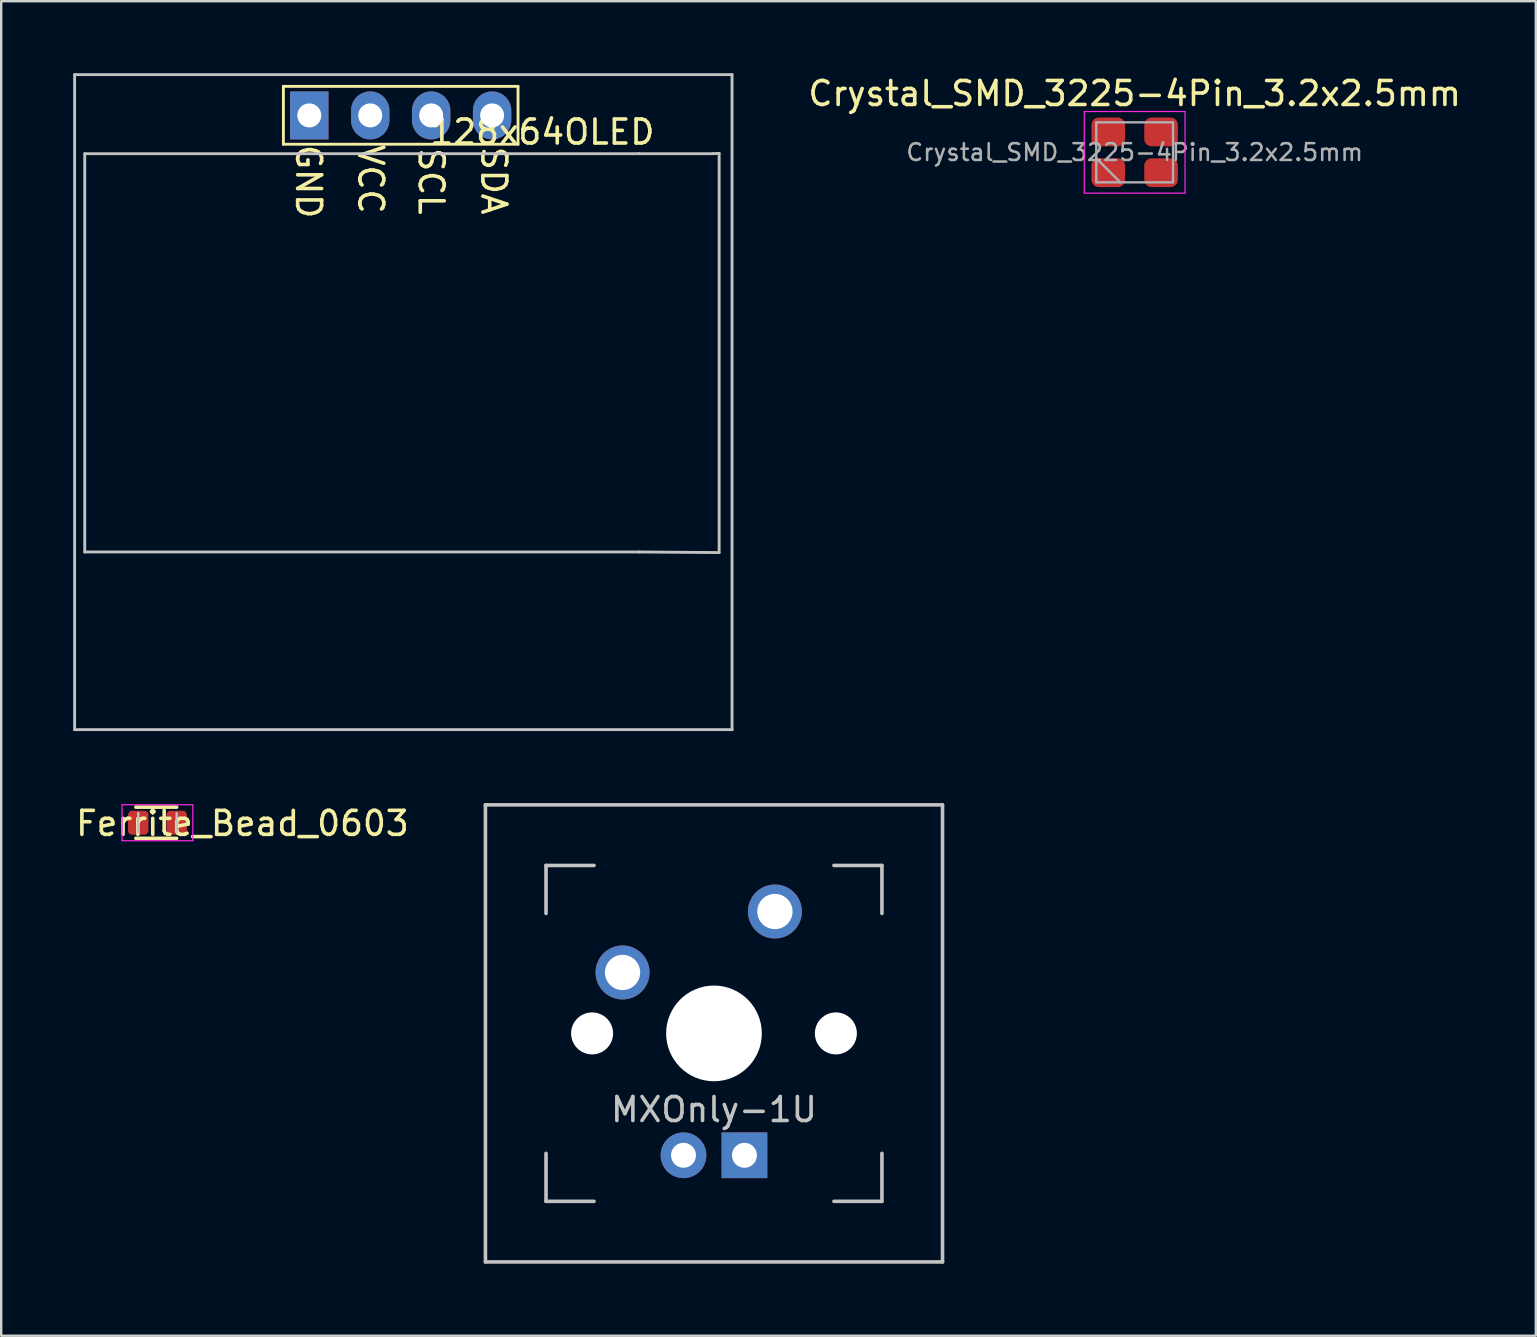
<source format=kicad_pcb>
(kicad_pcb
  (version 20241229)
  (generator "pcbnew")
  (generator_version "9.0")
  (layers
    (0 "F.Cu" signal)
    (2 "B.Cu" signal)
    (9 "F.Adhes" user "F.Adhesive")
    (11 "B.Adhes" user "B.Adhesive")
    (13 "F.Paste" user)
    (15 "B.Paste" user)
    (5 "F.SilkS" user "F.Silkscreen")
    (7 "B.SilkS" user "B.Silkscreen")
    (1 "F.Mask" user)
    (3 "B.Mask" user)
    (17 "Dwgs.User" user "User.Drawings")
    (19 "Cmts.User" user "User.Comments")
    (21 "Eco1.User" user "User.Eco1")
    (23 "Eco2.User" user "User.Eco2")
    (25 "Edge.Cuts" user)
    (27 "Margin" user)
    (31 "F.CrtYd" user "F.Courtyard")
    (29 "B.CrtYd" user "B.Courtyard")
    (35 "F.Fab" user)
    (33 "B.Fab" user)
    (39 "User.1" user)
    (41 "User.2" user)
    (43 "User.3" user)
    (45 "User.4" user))
  (footprint "MXOnly-1U"
    (layer "F.Cu")
    (at 26.707 40.02)
    (property "Reference" "MXOnly-1U" (at 0 3.175 0) (layer "Dwgs.User") (effects (font (size 1 1) (thickness 0.15))))
    (fp_line (start -9.525 -9.525) (end 9.525 -9.525) (stroke (width 0.15) (type solid)) (layer "Dwgs.User"))
    (fp_line (start -9.525 9.525) (end -9.525 -9.525) (stroke (width 0.15) (type solid)) (layer "Dwgs.User"))
    (fp_line (start -7 -7) (end -7 -5) (stroke (width 0.15) (type solid)) (layer "Dwgs.User"))
    (fp_line (start -7 5) (end -7 7) (stroke (width 0.15) (type solid)) (layer "Dwgs.User"))
    (fp_line (start -7 7) (end -5 7) (stroke (width 0.15) (type solid)) (layer "Dwgs.User"))
    (fp_line (start -5 -7) (end -7 -7) (stroke (width 0.15) (type solid)) (layer "Dwgs.User"))
    (fp_line (start 5 -7) (end 7 -7) (stroke (width 0.15) (type solid)) (layer "Dwgs.User"))
    (fp_line (start 5 7) (end 7 7) (stroke (width 0.15) (type solid)) (layer "Dwgs.User"))
    (fp_line (start 7 -7) (end 7 -5) (stroke (width 0.15) (type solid)) (layer "Dwgs.User"))
    (fp_line (start 7 7) (end 7 5) (stroke (width 0.15) (type solid)) (layer "Dwgs.User"))
    (fp_line (start 9.525 -9.525) (end 9.525 9.525) (stroke (width 0.15) (type solid)) (layer "Dwgs.User"))
    (fp_line (start 9.525 9.525) (end -9.525 9.525) (stroke (width 0.15) (type solid)) (layer "Dwgs.User"))
    (pad "" np_thru_hole circle (at -5.08 0 48.1) (size 1.75 1.75) (drill 1.75) (layers "*.Cu" "*.Mask"))
    (pad "" np_thru_hole circle (at 0 0) (size 3.988 3.988) (drill 3.988) (layers "*.Cu" "*.Mask"))
    (pad "" np_thru_hole circle (at 5.08 0 48.1) (size 1.75 1.75) (drill 1.75) (layers "*.Cu" "*.Mask"))
    (pad "1" thru_hole circle (at -3.81 -2.54) (size 2.25 2.25) (drill 1.47) (layers "*.Cu" "*.Mask"))
    (pad "2" thru_hole circle (at 2.54 -5.08) (size 2.25 2.25) (drill 1.47) (layers "*.Cu" "*.Mask"))
    (pad "3" thru_hole circle (at -1.27 5.08) (size 1.905 1.905) (drill 1.04) (layers "*.Cu" "*.Mask"))
    (pad "4" thru_hole rect (at 1.27 5.08) (size 1.905 1.905) (drill 1.04) (layers "*.Cu" "*.Mask")))
  (footprint "Ferrite_Bead_0603"
    (layer "F.Cu")
    (at 3.512 31.24)
    (property "Reference" "Ferrite_Bead_0603" (at 3.542 0.028 0) (layer "F.SilkS") (effects (font (size 1 1) (thickness 0.15))))
    (attr smd)
    (fp_line (start -0.9 -0.65) (end 0.8 -0.65) (stroke (width 0.15) (type solid)) (layer "F.SilkS"))
    (fp_line (start -0.9 0.65) (end 0.8 0.65) (stroke (width 0.15) (type solid)) (layer "F.SilkS"))
    (fp_line (start -0.8 0.4) (end -0.8 -0.4) (stroke (width 0.1) (type solid)) (layer "Dwgs.User"))
    (fp_line (start 0.8 -0.4) (end 0.8 0.4) (stroke (width 0.1) (type solid)) (layer "Dwgs.User"))
    (fp_line (start -1.475 -0.75) (end 1.475 -0.75) (stroke (width 0.05) (type solid)) (layer "F.CrtYd"))
    (fp_line (start -1.475 0.75) (end -1.475 -0.75) (stroke (width 0.05) (type solid)) (layer "F.CrtYd"))
    (fp_line (start 1.475 -0.75) (end 1.475 0.75) (stroke (width 0.05) (type solid)) (layer "F.CrtYd"))
    (fp_line (start 1.475 0.75) (end -1.475 0.75) (stroke (width 0.05) (type solid)) (layer "F.CrtYd"))
    (pad "1" smd roundrect (at -0.8 0) (size 0.85 1) (layers "F.Cu" "F.Mask" "F.Paste") (roundrect_rratio 0.2))
    (pad "2" smd roundrect (at 0.8 0) (size 0.85 1) (layers "F.Cu" "F.Mask" "F.Paste") (roundrect_rratio 0.2)))
  (footprint "128x64OLED"
    (layer "F.Cu")
    (at 13.46 12.36)
    (property "Reference" "128x64OLED" (at 6.096 -9.906 0) (layer "F.SilkS") (effects (font (size 1 1) (thickness 0.15))))
    (fp_line (start -4.699 -11.811) (end -4.699 -9.398) (stroke (width 0.12) (type solid)) (layer "F.SilkS"))
    (fp_line (start -4.699 -11.811) (end 5.08 -11.811) (stroke (width 0.12) (type solid)) (layer "F.SilkS"))
    (fp_line (start 5.08 -11.811) (end 5.08 -9.398) (stroke (width 0.12) (type solid)) (layer "F.SilkS"))
    (fp_line (start 5.08 -9.398) (end -4.699 -9.398) (stroke (width 0.12) (type solid)) (layer "F.SilkS"))
    (fp_line (start -13.4 -12.3) (end 14 -12.3) (stroke (width 0.12) (type solid)) (layer "Dwgs.User"))
    (fp_line (start -13.4 15) (end -13.4 -12.3) (stroke (width 0.12) (type solid)) (layer "Dwgs.User"))
    (fp_line (start -12.978 -9.005) (end 10.122 -9.005) (stroke (width 0.12) (type solid)) (layer "Dwgs.User"))
    (fp_line (start -12.978 7.595) (end -12.978 -9.005) (stroke (width 0.12) (type solid)) (layer "Dwgs.User"))
    (fp_line (start 10.122 -9.005) (end 13.208 -9.005) (stroke (width 0.12) (type solid)) (layer "Dwgs.User"))
    (fp_line (start 10.122 7.595) (end -12.978 7.595) (stroke (width 0.12) (type solid)) (layer "Dwgs.User"))
    (fp_line (start 10.122 7.595) (end 13.462 7.62) (stroke (width 0.12) (type solid)) (layer "Dwgs.User"))
    (fp_line (start 13.462 -9.017) (end 13.208 -9.005) (stroke (width 0.12) (type solid)) (layer "Dwgs.User"))
    (fp_line (start 13.462 7.62) (end 13.462 -9.017) (stroke (width 0.12) (type solid)) (layer "Dwgs.User"))
    (fp_line (start 14 -12.3) (end 14 15) (stroke (width 0.12) (type solid)) (layer "Dwgs.User"))
    (fp_line (start 14 15) (end -13.4 15) (stroke (width 0.12) (type solid)) (layer "Dwgs.User"))
    (fp_text user "SCL" (at 1.46 -7.85 270) (unlocked yes) (layer "F.SilkS") (effects (font (size 1 1) (thickness 0.15))))
    (fp_text user "SDA" (at 4.07 -7.88 270) (unlocked yes) (layer "F.SilkS") (effects (font (size 1 1) (thickness 0.15))))
    (fp_text user "GND" (at -3.65 -7.84 270) (unlocked yes) (layer "F.SilkS") (effects (font (size 1 1) (thickness 0.15))))
    (fp_text user "VCC" (at -1.06 -7.94 270) (unlocked yes) (layer "F.SilkS") (effects (font (size 1 1) (thickness 0.15))))
    (pad "1" thru_hole rect (at -3.62 -10.6 90) (size 2 1.6) (drill 1) (layers "*.Cu" "*.Mask"))
    (pad "2" thru_hole oval (at -1.08 -10.6 90) (size 2 1.6) (drill 1) (layers "*.Cu" "*.Mask"))
    (pad "3" thru_hole oval (at 1.46 -10.6 90) (size 2 1.6) (drill 1) (layers "*.Cu" "*.Mask"))
    (pad "4" thru_hole oval (at 4 -10.6 90) (size 2 1.6) (drill 1) (layers "*.Cu" "*.Mask")))
  (footprint "Crystal_SMD_3225-4Pin_3.2x2.5mm"
    (layer "F.Cu")
    (at 44.24 3.298)
    (property "Reference" "Crystal_SMD_3225-4Pin_3.2x2.5mm" (at 0 -2.45 0) (layer "F.SilkS") (effects (font (size 1 1) (thickness 0.15))))
    (attr smd)
    (fp_line (start -2.1 -1.7) (end -2.1 1.7) (stroke (width 0.05) (type solid)) (layer "F.CrtYd"))
    (fp_line (start -2.1 1.7) (end 2.1 1.7) (stroke (width 0.05) (type solid)) (layer "F.CrtYd"))
    (fp_line (start 2.1 -1.7) (end -2.1 -1.7) (stroke (width 0.05) (type solid)) (layer "F.CrtYd"))
    (fp_line (start 2.1 1.7) (end 2.1 -1.7) (stroke (width 0.05) (type solid)) (layer "F.CrtYd"))
    (fp_line (start -1.6 -1.25) (end -1.6 1.25) (stroke (width 0.1) (type solid)) (layer "F.Fab"))
    (fp_line (start -1.6 0.25) (end -0.6 1.25) (stroke (width 0.1) (type solid)) (layer "F.Fab"))
    (fp_line (start -1.6 1.25) (end 1.6 1.25) (stroke (width 0.1) (type solid)) (layer "F.Fab"))
    (fp_line (start 1.6 -1.25) (end -1.6 -1.25) (stroke (width 0.1) (type solid)) (layer "F.Fab"))
    (fp_line (start 1.6 1.25) (end 1.6 -1.25) (stroke (width 0.1) (type solid)) (layer "F.Fab"))
    (fp_text user "${REFERENCE}" (at 0 0 0) (layer "F.Fab") (effects (font (size 0.7 0.7) (thickness 0.105))))
    (pad "1" smd roundrect (at -1.1 0.85) (size 1.4 1.2) (layers "F.Cu" "F.Mask" "F.Paste") (roundrect_rratio 0.25))
    (pad "2" smd roundrect (at 1.1 0.85) (size 1.4 1.2) (layers "F.Cu" "F.Mask" "F.Paste") (roundrect_rratio 0.25))
    (pad "3" smd roundrect (at 1.1 -0.85) (size 1.4 1.2) (layers "F.Cu" "F.Mask" "F.Paste") (roundrect_rratio 0.25))
    (pad "4" smd roundrect (at -1.1 -0.85) (size 1.4 1.2) (layers "F.Cu" "F.Mask" "F.Paste") (roundrect_rratio 0.25)))
  (gr_rect
    (start -3 -3)
    (end 60.96 52.62)
    (stroke (width 0.1) (type default))
    (fill no)
    (layer "Edge.Cuts")))
</source>
